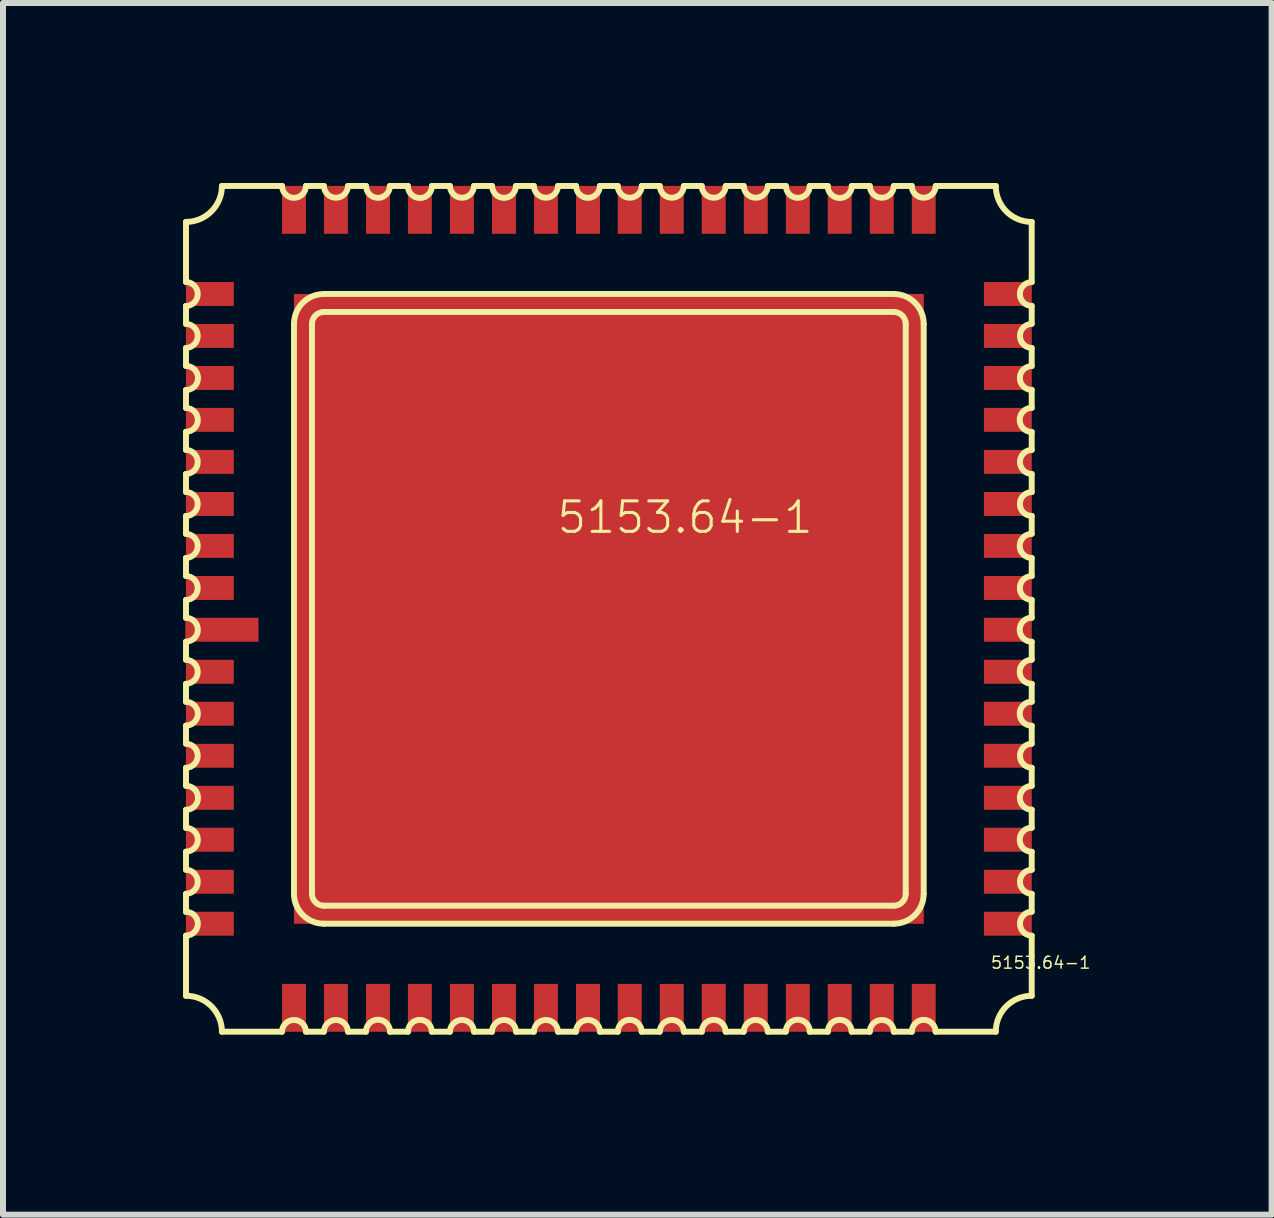
<source format=kicad_pcb>
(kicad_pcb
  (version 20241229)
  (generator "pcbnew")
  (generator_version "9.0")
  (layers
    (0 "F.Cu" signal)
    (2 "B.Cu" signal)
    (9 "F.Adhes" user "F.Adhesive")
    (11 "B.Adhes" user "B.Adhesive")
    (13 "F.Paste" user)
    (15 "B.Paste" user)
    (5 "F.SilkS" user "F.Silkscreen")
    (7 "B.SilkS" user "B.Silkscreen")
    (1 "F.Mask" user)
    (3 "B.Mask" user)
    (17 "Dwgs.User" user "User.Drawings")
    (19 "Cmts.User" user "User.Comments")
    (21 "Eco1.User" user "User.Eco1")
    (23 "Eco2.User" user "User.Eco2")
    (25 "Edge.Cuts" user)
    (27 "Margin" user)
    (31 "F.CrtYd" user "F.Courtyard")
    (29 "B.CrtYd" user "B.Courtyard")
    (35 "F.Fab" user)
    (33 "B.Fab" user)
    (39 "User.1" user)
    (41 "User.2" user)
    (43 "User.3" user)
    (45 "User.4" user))
  (footprint "5153.64-1"
    (layer "F.Cu")
    (at 7.098 7.098)
    (property "Reference" "5153.64-1" (at 1.27 -1.524 0) (layer "F.SilkS") (effects (font (size 0.508 0.508) (thickness 0.051))))
    (attr smd)
    (fp_line (start -7.048 -5.448) (end -7.048 -6.449) (stroke (width 0.099) (type solid)) (layer "F.SilkS"))
    (fp_line (start -7.048 -4.75) (end -7.048 -5.05) (stroke (width 0.099) (type solid)) (layer "F.SilkS"))
    (fp_line (start -7.048 -4.049) (end -7.048 -4.348) (stroke (width 0.099) (type solid)) (layer "F.SilkS"))
    (fp_line (start -7.048 -3.348) (end -7.048 -3.65) (stroke (width 0.099) (type solid)) (layer "F.SilkS"))
    (fp_line (start -7.048 -2.649) (end -7.048 -2.949) (stroke (width 0.099) (type solid)) (layer "F.SilkS"))
    (fp_line (start -7.048 -1.948) (end -7.048 -2.248) (stroke (width 0.099) (type solid)) (layer "F.SilkS"))
    (fp_line (start -7.048 -1.25) (end -7.048 -1.549) (stroke (width 0.099) (type solid)) (layer "F.SilkS"))
    (fp_line (start -7.048 -0.549) (end -7.048 -0.848) (stroke (width 0.099) (type solid)) (layer "F.SilkS"))
    (fp_line (start -7.048 0.15) (end -7.048 -0.15) (stroke (width 0.099) (type solid)) (layer "F.SilkS"))
    (fp_line (start -7.048 0.848) (end -7.048 0.549) (stroke (width 0.099) (type solid)) (layer "F.SilkS"))
    (fp_line (start -7.048 1.549) (end -7.048 1.25) (stroke (width 0.099) (type solid)) (layer "F.SilkS"))
    (fp_line (start -7.048 2.248) (end -7.048 1.948) (stroke (width 0.099) (type solid)) (layer "F.SilkS"))
    (fp_line (start -7.048 2.949) (end -7.048 2.649) (stroke (width 0.099) (type solid)) (layer "F.SilkS"))
    (fp_line (start -7.048 3.65) (end -7.048 3.348) (stroke (width 0.099) (type solid)) (layer "F.SilkS"))
    (fp_line (start -7.048 4.348) (end -7.048 4.049) (stroke (width 0.099) (type solid)) (layer "F.SilkS"))
    (fp_line (start -7.048 5.05) (end -7.048 4.75) (stroke (width 0.099) (type solid)) (layer "F.SilkS"))
    (fp_line (start -7.048 6.449) (end -7.048 5.448) (stroke (width 0.099) (type solid)) (layer "F.SilkS"))
    (fp_line (start -6.449 -7.048) (end -5.448 -7.048) (stroke (width 0.099) (type solid)) (layer "F.SilkS"))
    (fp_line (start -5.448 7.048) (end -6.449 7.048) (stroke (width 0.099) (type solid)) (layer "F.SilkS"))
    (fp_line (start -5.248 -4.75) (end -5.248 4.75) (stroke (width 0.099) (type solid)) (layer "F.SilkS"))
    (fp_line (start -5.05 -7.048) (end -4.75 -7.048) (stroke (width 0.099) (type solid)) (layer "F.SilkS"))
    (fp_line (start -4.948 -4.75) (end -4.948 4.75) (stroke (width 0.099) (type solid)) (layer "F.SilkS"))
    (fp_line (start -4.75 -4.948) (end 4.75 -4.948) (stroke (width 0.099) (type solid)) (layer "F.SilkS"))
    (fp_line (start -4.75 5.248) (end 4.75 5.248) (stroke (width 0.099) (type solid)) (layer "F.SilkS"))
    (fp_line (start -4.75 7.048) (end -5.05 7.048) (stroke (width 0.099) (type solid)) (layer "F.SilkS"))
    (fp_line (start -4.348 -7.048) (end -4.049 -7.048) (stroke (width 0.099) (type solid)) (layer "F.SilkS"))
    (fp_line (start -4.049 7.048) (end -4.348 7.048) (stroke (width 0.099) (type solid)) (layer "F.SilkS"))
    (fp_line (start -3.65 -7.048) (end -3.348 -7.048) (stroke (width 0.099) (type solid)) (layer "F.SilkS"))
    (fp_line (start -3.348 7.048) (end -3.65 7.048) (stroke (width 0.099) (type solid)) (layer "F.SilkS"))
    (fp_line (start -2.949 -7.048) (end -2.649 -7.048) (stroke (width 0.099) (type solid)) (layer "F.SilkS"))
    (fp_line (start -2.649 7.048) (end -2.949 7.048) (stroke (width 0.099) (type solid)) (layer "F.SilkS"))
    (fp_line (start -2.248 -7.048) (end -1.948 -7.048) (stroke (width 0.099) (type solid)) (layer "F.SilkS"))
    (fp_line (start -1.948 7.048) (end -2.248 7.048) (stroke (width 0.099) (type solid)) (layer "F.SilkS"))
    (fp_line (start -1.549 -7.048) (end -1.25 -7.048) (stroke (width 0.099) (type solid)) (layer "F.SilkS"))
    (fp_line (start -1.25 7.048) (end -1.549 7.048) (stroke (width 0.099) (type solid)) (layer "F.SilkS"))
    (fp_line (start -0.848 -7.048) (end -0.549 -7.048) (stroke (width 0.099) (type solid)) (layer "F.SilkS"))
    (fp_line (start -0.549 7.048) (end -0.848 7.048) (stroke (width 0.099) (type solid)) (layer "F.SilkS"))
    (fp_line (start -0.15 -7.048) (end 0.15 -7.048) (stroke (width 0.099) (type solid)) (layer "F.SilkS"))
    (fp_line (start 0.15 7.048) (end -0.15 7.048) (stroke (width 0.099) (type solid)) (layer "F.SilkS"))
    (fp_line (start 0.549 -7.048) (end 0.848 -7.048) (stroke (width 0.099) (type solid)) (layer "F.SilkS"))
    (fp_line (start 0.848 7.048) (end 0.549 7.048) (stroke (width 0.099) (type solid)) (layer "F.SilkS"))
    (fp_line (start 1.25 -7.048) (end 1.549 -7.048) (stroke (width 0.099) (type solid)) (layer "F.SilkS"))
    (fp_line (start 1.549 7.048) (end 1.25 7.048) (stroke (width 0.099) (type solid)) (layer "F.SilkS"))
    (fp_line (start 1.948 -7.048) (end 2.248 -7.048) (stroke (width 0.099) (type solid)) (layer "F.SilkS"))
    (fp_line (start 2.248 7.048) (end 1.948 7.048) (stroke (width 0.099) (type solid)) (layer "F.SilkS"))
    (fp_line (start 2.649 -7.048) (end 2.949 -7.048) (stroke (width 0.099) (type solid)) (layer "F.SilkS"))
    (fp_line (start 2.949 7.048) (end 2.649 7.048) (stroke (width 0.099) (type solid)) (layer "F.SilkS"))
    (fp_line (start 3.348 -7.048) (end 3.65 -7.048) (stroke (width 0.099) (type solid)) (layer "F.SilkS"))
    (fp_line (start 3.65 7.048) (end 3.348 7.048) (stroke (width 0.099) (type solid)) (layer "F.SilkS"))
    (fp_line (start 4.049 -7.048) (end 4.348 -7.048) (stroke (width 0.099) (type solid)) (layer "F.SilkS"))
    (fp_line (start 4.348 7.048) (end 4.049 7.048) (stroke (width 0.099) (type solid)) (layer "F.SilkS"))
    (fp_line (start 4.75 -7.048) (end 5.05 -7.048) (stroke (width 0.099) (type solid)) (layer "F.SilkS"))
    (fp_line (start 4.75 -5.248) (end -4.75 -5.248) (stroke (width 0.099) (type solid)) (layer "F.SilkS"))
    (fp_line (start 4.75 4.948) (end -4.75 4.948) (stroke (width 0.099) (type solid)) (layer "F.SilkS"))
    (fp_line (start 4.948 4.75) (end 4.948 -4.75) (stroke (width 0.099) (type solid)) (layer "F.SilkS"))
    (fp_line (start 5.05 7.048) (end 4.75 7.048) (stroke (width 0.099) (type solid)) (layer "F.SilkS"))
    (fp_line (start 5.248 4.75) (end 5.248 -4.75) (stroke (width 0.099) (type solid)) (layer "F.SilkS"))
    (fp_line (start 5.448 -7.048) (end 6.449 -7.048) (stroke (width 0.099) (type solid)) (layer "F.SilkS"))
    (fp_line (start 6.449 7.048) (end 5.448 7.048) (stroke (width 0.099) (type solid)) (layer "F.SilkS"))
    (fp_line (start 7.048 -6.449) (end 7.048 -5.448) (stroke (width 0.099) (type solid)) (layer "F.SilkS"))
    (fp_line (start 7.048 -5.05) (end 7.048 -4.75) (stroke (width 0.099) (type solid)) (layer "F.SilkS"))
    (fp_line (start 7.048 -4.348) (end 7.048 -4.049) (stroke (width 0.099) (type solid)) (layer "F.SilkS"))
    (fp_line (start 7.048 -3.65) (end 7.048 -3.348) (stroke (width 0.099) (type solid)) (layer "F.SilkS"))
    (fp_line (start 7.048 -2.949) (end 7.048 -2.649) (stroke (width 0.099) (type solid)) (layer "F.SilkS"))
    (fp_line (start 7.048 -2.248) (end 7.048 -1.948) (stroke (width 0.099) (type solid)) (layer "F.SilkS"))
    (fp_line (start 7.048 -1.549) (end 7.048 -1.25) (stroke (width 0.099) (type solid)) (layer "F.SilkS"))
    (fp_line (start 7.048 -0.848) (end 7.048 -0.549) (stroke (width 0.099) (type solid)) (layer "F.SilkS"))
    (fp_line (start 7.048 -0.15) (end 7.048 0.15) (stroke (width 0.099) (type solid)) (layer "F.SilkS"))
    (fp_line (start 7.048 0.549) (end 7.048 0.848) (stroke (width 0.099) (type solid)) (layer "F.SilkS"))
    (fp_line (start 7.048 1.25) (end 7.048 1.549) (stroke (width 0.099) (type solid)) (layer "F.SilkS"))
    (fp_line (start 7.048 1.948) (end 7.048 2.248) (stroke (width 0.099) (type solid)) (layer "F.SilkS"))
    (fp_line (start 7.048 2.649) (end 7.048 2.949) (stroke (width 0.099) (type solid)) (layer "F.SilkS"))
    (fp_line (start 7.048 3.348) (end 7.048 3.65) (stroke (width 0.099) (type solid)) (layer "F.SilkS"))
    (fp_line (start 7.048 4.049) (end 7.048 4.348) (stroke (width 0.099) (type solid)) (layer "F.SilkS"))
    (fp_line (start 7.048 4.75) (end 7.048 5.05) (stroke (width 0.099) (type solid)) (layer "F.SilkS"))
    (fp_line (start 7.048 5.448) (end 7.048 6.449) (stroke (width 0.099) (type solid)) (layer "F.SilkS"))
    (fp_arc (start -7.0485 -5.4483) (mid -6.84784 -5.24764) (end -7.0485 -5.04698) (stroke (width 0.09906) (type solid)) (layer "F.SilkS"))
    (fp_arc (start -7.0485 -4.7498) (mid -6.84784 -4.54914) (end -7.0485 -4.34848) (stroke (width 0.09906) (type solid)) (layer "F.SilkS"))
    (fp_arc (start -7.0485 -4.04876) (mid -6.84784 -3.8481) (end -7.0485 -3.64744) (stroke (width 0.09906) (type solid)) (layer "F.SilkS"))
    (fp_arc (start -7.0485 -3.34772) (mid -6.85038 -3.1496) (end -7.0485 -2.95148) (stroke (width 0.09906) (type solid)) (layer "F.SilkS"))
    (fp_arc (start -7.0485 -2.64922) (mid -6.84784 -2.44856) (end -7.0485 -2.2479) (stroke (width 0.09906) (type solid)) (layer "F.SilkS"))
    (fp_arc (start -7.0485 -1.94818) (mid -6.84784 -1.74752) (end -7.0485 -1.54686) (stroke (width 0.09906) (type solid)) (layer "F.SilkS"))
    (fp_arc (start -7.0485 -1.24968) (mid -6.84784 -1.04902) (end -7.0485 -0.84836) (stroke (width 0.09906) (type solid)) (layer "F.SilkS"))
    (fp_arc (start -7.0485 -0.54864) (mid -6.84784 -0.34798) (end -7.0485 -0.14732) (stroke (width 0.09906) (type solid)) (layer "F.SilkS"))
    (fp_arc (start -7.0485 0.14986) (mid -6.85038 0.34798) (end -7.0485 0.5461) (stroke (width 0.09906) (type solid)) (layer "F.SilkS"))
    (fp_arc (start -7.0485 0.84836) (mid -6.84784 1.04902) (end -7.0485 1.24968) (stroke (width 0.09906) (type solid)) (layer "F.SilkS"))
    (fp_arc (start -7.0485 1.5494) (mid -6.85038 1.74752) (end -7.0485 1.94564) (stroke (width 0.09906) (type solid)) (layer "F.SilkS"))
    (fp_arc (start -7.0485 2.2479) (mid -6.84784 2.44856) (end -7.0485 2.64922) (stroke (width 0.09906) (type solid)) (layer "F.SilkS"))
    (fp_arc (start -7.0485 2.94894) (mid -6.84784 3.1496) (end -7.0485 3.35026) (stroke (width 0.09906) (type solid)) (layer "F.SilkS"))
    (fp_arc (start -7.0485 3.64998) (mid -6.85038 3.8481) (end -7.0485 4.04622) (stroke (width 0.09906) (type solid)) (layer "F.SilkS"))
    (fp_arc (start -7.0485 4.34848) (mid -6.84784 4.54914) (end -7.0485 4.7498) (stroke (width 0.09906) (type solid)) (layer "F.SilkS"))
    (fp_arc (start -7.0485 5.04952) (mid -6.85038 5.24764) (end -7.0485 5.44576) (stroke (width 0.09906) (type solid)) (layer "F.SilkS"))
    (fp_arc (start -7.0485 6.44906) (mid -6.624632 6.624632) (end -6.44906 7.0485) (stroke (width 0.09906) (type solid)) (layer "F.SilkS"))
    (fp_arc (start -6.44906 -7.0485) (mid -6.624632 -6.624632) (end -7.0485 -6.44906) (stroke (width 0.09906) (type solid)) (layer "F.SilkS"))
    (fp_arc (start -5.4483 7.0485) (mid -5.24764 6.84784) (end -5.04698 7.0485) (stroke (width 0.09906) (type solid)) (layer "F.SilkS"))
    (fp_arc (start -5.24764 -4.7498) (mid -5.101826 -5.101826) (end -4.7498 -5.24764) (stroke (width 0.09906) (type solid)) (layer "F.SilkS"))
    (fp_arc (start -5.04952 -7.0485) (mid -5.24764 -6.85038) (end -5.44576 -7.0485) (stroke (width 0.09906) (type solid)) (layer "F.SilkS"))
    (fp_arc (start -4.94792 -4.7498) (mid -4.889892 -4.889892) (end -4.7498 -4.94792) (stroke (width 0.09906) (type solid)) (layer "F.SilkS"))
    (fp_arc (start -4.7498 4.94792) (mid -4.889892 4.889892) (end -4.94792 4.7498) (stroke (width 0.09906) (type solid)) (layer "F.SilkS"))
    (fp_arc (start -4.7498 5.24764) (mid -5.101826 5.101826) (end -5.24764 4.7498) (stroke (width 0.09906) (type solid)) (layer "F.SilkS"))
    (fp_arc (start -4.7498 7.0485) (mid -4.54914 6.84784) (end -4.34848 7.0485) (stroke (width 0.09906) (type solid)) (layer "F.SilkS"))
    (fp_arc (start -4.34848 -7.0485) (mid -4.54914 -6.84784) (end -4.7498 -7.0485) (stroke (width 0.09906) (type solid)) (layer "F.SilkS"))
    (fp_arc (start -4.04876 7.0485) (mid -3.8481 6.84784) (end -3.64744 7.0485) (stroke (width 0.09906) (type solid)) (layer "F.SilkS"))
    (fp_arc (start -3.64998 -7.0485) (mid -3.8481 -6.85038) (end -4.04622 -7.0485) (stroke (width 0.09906) (type solid)) (layer "F.SilkS"))
    (fp_arc (start -3.34772 7.0485) (mid -3.1496 6.85038) (end -2.95148 7.0485) (stroke (width 0.09906) (type solid)) (layer "F.SilkS"))
    (fp_arc (start -2.94894 -7.0485) (mid -3.1496 -6.84784) (end -3.35026 -7.0485) (stroke (width 0.09906) (type solid)) (layer "F.SilkS"))
    (fp_arc (start -2.64922 7.0485) (mid -2.44856 6.84784) (end -2.2479 7.0485) (stroke (width 0.09906) (type solid)) (layer "F.SilkS"))
    (fp_arc (start -2.2479 -7.0485) (mid -2.44856 -6.84784) (end -2.64922 -7.0485) (stroke (width 0.09906) (type solid)) (layer "F.SilkS"))
    (fp_arc (start -1.94818 7.0485) (mid -1.74752 6.84784) (end -1.54686 7.0485) (stroke (width 0.09906) (type solid)) (layer "F.SilkS"))
    (fp_arc (start -1.5494 -7.0485) (mid -1.74752 -6.85038) (end -1.94564 -7.0485) (stroke (width 0.09906) (type solid)) (layer "F.SilkS"))
    (fp_arc (start -1.24968 7.0485) (mid -1.04902 6.84784) (end -0.84836 7.0485) (stroke (width 0.09906) (type solid)) (layer "F.SilkS"))
    (fp_arc (start -0.84836 -7.0485) (mid -1.04902 -6.84784) (end -1.24968 -7.0485) (stroke (width 0.09906) (type solid)) (layer "F.SilkS"))
    (fp_arc (start -0.54864 7.0485) (mid -0.34798 6.84784) (end -0.14732 7.0485) (stroke (width 0.09906) (type solid)) (layer "F.SilkS"))
    (fp_arc (start -0.14986 -7.0485) (mid -0.34798 -6.85038) (end -0.5461 -7.0485) (stroke (width 0.09906) (type solid)) (layer "F.SilkS"))
    (fp_arc (start 0.14986 7.0485) (mid 0.34798 6.85038) (end 0.5461 7.0485) (stroke (width 0.09906) (type solid)) (layer "F.SilkS"))
    (fp_arc (start 0.54864 -7.0485) (mid 0.34798 -6.84784) (end 0.14732 -7.0485) (stroke (width 0.09906) (type solid)) (layer "F.SilkS"))
    (fp_arc (start 0.84836 7.0485) (mid 1.04902 6.84784) (end 1.24968 7.0485) (stroke (width 0.09906) (type solid)) (layer "F.SilkS"))
    (fp_arc (start 1.24968 -7.0485) (mid 1.04902 -6.84784) (end 0.84836 -7.0485) (stroke (width 0.09906) (type solid)) (layer "F.SilkS"))
    (fp_arc (start 1.5494 7.0485) (mid 1.74752 6.85038) (end 1.94564 7.0485) (stroke (width 0.09906) (type solid)) (layer "F.SilkS"))
    (fp_arc (start 1.94818 -7.0485) (mid 1.74752 -6.84784) (end 1.54686 -7.0485) (stroke (width 0.09906) (type solid)) (layer "F.SilkS"))
    (fp_arc (start 2.2479 7.0485) (mid 2.44856 6.84784) (end 2.64922 7.0485) (stroke (width 0.09906) (type solid)) (layer "F.SilkS"))
    (fp_arc (start 2.64922 -7.0485) (mid 2.44856 -6.84784) (end 2.2479 -7.0485) (stroke (width 0.09906) (type solid)) (layer "F.SilkS"))
    (fp_arc (start 2.94894 7.0485) (mid 3.1496 6.84784) (end 3.35026 7.0485) (stroke (width 0.09906) (type solid)) (layer "F.SilkS"))
    (fp_arc (start 3.34772 -7.0485) (mid 3.1496 -6.85038) (end 2.95148 -7.0485) (stroke (width 0.09906) (type solid)) (layer "F.SilkS"))
    (fp_arc (start 3.64998 7.0485) (mid 3.8481 6.85038) (end 4.04622 7.0485) (stroke (width 0.09906) (type solid)) (layer "F.SilkS"))
    (fp_arc (start 4.04876 -7.0485) (mid 3.8481 -6.84784) (end 3.64744 -7.0485) (stroke (width 0.09906) (type solid)) (layer "F.SilkS"))
    (fp_arc (start 4.34848 7.0485) (mid 4.54914 6.84784) (end 4.7498 7.0485) (stroke (width 0.09906) (type solid)) (layer "F.SilkS"))
    (fp_arc (start 4.7498 -7.0485) (mid 4.54914 -6.84784) (end 4.34848 -7.0485) (stroke (width 0.09906) (type solid)) (layer "F.SilkS"))
    (fp_arc (start 4.7498 -5.24764) (mid 5.101826 -5.101826) (end 5.24764 -4.7498) (stroke (width 0.09906) (type solid)) (layer "F.SilkS"))
    (fp_arc (start 4.7498 -4.94792) (mid 4.889892 -4.889892) (end 4.94792 -4.7498) (stroke (width 0.09906) (type solid)) (layer "F.SilkS"))
    (fp_arc (start 4.94792 4.7498) (mid 4.889892 4.889892) (end 4.7498 4.94792) (stroke (width 0.09906) (type solid)) (layer "F.SilkS"))
    (fp_arc (start 5.04952 7.0485) (mid 5.24764 6.85038) (end 5.44576 7.0485) (stroke (width 0.09906) (type solid)) (layer "F.SilkS"))
    (fp_arc (start 5.24764 4.7498) (mid 5.101826 5.101826) (end 4.7498 5.24764) (stroke (width 0.09906) (type solid)) (layer "F.SilkS"))
    (fp_arc (start 5.4483 -7.0485) (mid 5.24764 -6.84784) (end 5.04698 -7.0485) (stroke (width 0.09906) (type solid)) (layer "F.SilkS"))
    (fp_arc (start 6.44906 7.0485) (mid 6.624632 6.624632) (end 7.0485 6.44906) (stroke (width 0.09906) (type solid)) (layer "F.SilkS"))
    (fp_arc (start 7.0485 -6.44906) (mid 6.624632 -6.624632) (end 6.44906 -7.0485) (stroke (width 0.09906) (type solid)) (layer "F.SilkS"))
    (fp_arc (start 7.0485 -5.04952) (mid 6.85038 -5.24764) (end 7.0485 -5.44576) (stroke (width 0.09906) (type solid)) (layer "F.SilkS"))
    (fp_arc (start 7.0485 -4.34848) (mid 6.84784 -4.54914) (end 7.0485 -4.7498) (stroke (width 0.09906) (type solid)) (layer "F.SilkS"))
    (fp_arc (start 7.0485 -3.64998) (mid 6.85038 -3.8481) (end 7.0485 -4.04622) (stroke (width 0.09906) (type solid)) (layer "F.SilkS"))
    (fp_arc (start 7.0485 -2.94894) (mid 6.84784 -3.1496) (end 7.0485 -3.35026) (stroke (width 0.09906) (type solid)) (layer "F.SilkS"))
    (fp_arc (start 7.0485 -2.2479) (mid 6.84784 -2.44856) (end 7.0485 -2.64922) (stroke (width 0.09906) (type solid)) (layer "F.SilkS"))
    (fp_arc (start 7.0485 -1.5494) (mid 6.85038 -1.74752) (end 7.0485 -1.94564) (stroke (width 0.09906) (type solid)) (layer "F.SilkS"))
    (fp_arc (start 7.0485 -0.84836) (mid 6.84784 -1.04902) (end 7.0485 -1.24968) (stroke (width 0.09906) (type solid)) (layer "F.SilkS"))
    (fp_arc (start 7.0485 -0.14986) (mid 6.85038 -0.34798) (end 7.0485 -0.5461) (stroke (width 0.09906) (type solid)) (layer "F.SilkS"))
    (fp_arc (start 7.0485 0.54864) (mid 6.84784 0.34798) (end 7.0485 0.14732) (stroke (width 0.09906) (type solid)) (layer "F.SilkS"))
    (fp_arc (start 7.0485 1.24968) (mid 6.84784 1.04902) (end 7.0485 0.84836) (stroke (width 0.09906) (type solid)) (layer "F.SilkS"))
    (fp_arc (start 7.0485 1.94818) (mid 6.84784 1.74752) (end 7.0485 1.54686) (stroke (width 0.09906) (type solid)) (layer "F.SilkS"))
    (fp_arc (start 7.0485 2.64922) (mid 6.84784 2.44856) (end 7.0485 2.2479) (stroke (width 0.09906) (type solid)) (layer "F.SilkS"))
    (fp_arc (start 7.0485 3.34772) (mid 6.85038 3.1496) (end 7.0485 2.95148) (stroke (width 0.09906) (type solid)) (layer "F.SilkS"))
    (fp_arc (start 7.0485 4.04876) (mid 6.84784 3.8481) (end 7.0485 3.64744) (stroke (width 0.09906) (type solid)) (layer "F.SilkS"))
    (fp_arc (start 7.0485 4.7498) (mid 6.84784 4.54914) (end 7.0485 4.34848) (stroke (width 0.09906) (type solid)) (layer "F.SilkS"))
    (fp_arc (start 7.0485 5.4483) (mid 6.84784 5.24764) (end 7.0485 5.04698) (stroke (width 0.09906) (type solid)) (layer "F.SilkS"))
    (fp_text user "5153.64-1" (at 7.198 5.898 0) (layer "F.SilkS") (effects (font (size 0.198 0.198) (thickness 0.025))))
    (pad "1" smd rect (at -6.449 0.348) (size 1.219 0.399) (layers "F.Cu" "F.Mask" "F.Paste"))
    (pad "2" smd rect (at -6.65 1.049) (size 0.798 0.399) (layers "F.Cu" "F.Mask" "F.Paste"))
    (pad "3" smd rect (at -6.65 1.748) (size 0.798 0.399) (layers "F.Cu" "F.Mask" "F.Paste"))
    (pad "4" smd rect (at -6.65 2.449) (size 0.798 0.399) (layers "F.Cu" "F.Mask" "F.Paste"))
    (pad "5" smd rect (at -6.65 3.15) (size 0.798 0.399) (layers "F.Cu" "F.Mask" "F.Paste"))
    (pad "6" smd rect (at -6.65 3.848) (size 0.798 0.399) (layers "F.Cu" "F.Mask" "F.Paste"))
    (pad "7" smd rect (at -6.65 4.549) (size 0.798 0.399) (layers "F.Cu" "F.Mask" "F.Paste"))
    (pad "8" smd rect (at -6.65 5.248) (size 0.798 0.399) (layers "F.Cu" "F.Mask" "F.Paste"))
    (pad "9" smd rect (at -5.248 6.65 90) (size 0.798 0.399) (layers "F.Cu" "F.Mask" "F.Paste"))
    (pad "10" smd rect (at -4.549 6.65 90) (size 0.798 0.399) (layers "F.Cu" "F.Mask" "F.Paste"))
    (pad "11" smd rect (at -3.848 6.65 90) (size 0.798 0.399) (layers "F.Cu" "F.Mask" "F.Paste"))
    (pad "12" smd rect (at -3.15 6.65 90) (size 0.798 0.399) (layers "F.Cu" "F.Mask" "F.Paste"))
    (pad "13" smd rect (at -2.449 6.65 90) (size 0.798 0.399) (layers "F.Cu" "F.Mask" "F.Paste"))
    (pad "14" smd rect (at -1.748 6.65 90) (size 0.798 0.399) (layers "F.Cu" "F.Mask" "F.Paste"))
    (pad "15" smd rect (at -1.049 6.65 90) (size 0.798 0.399) (layers "F.Cu" "F.Mask" "F.Paste"))
    (pad "16" smd rect (at -0.348 6.65 90) (size 0.798 0.399) (layers "F.Cu" "F.Mask" "F.Paste"))
    (pad "17" smd rect (at 0.348 6.65 90) (size 0.798 0.399) (layers "F.Cu" "F.Mask" "F.Paste"))
    (pad "18" smd rect (at 1.049 6.65 90) (size 0.798 0.399) (layers "F.Cu" "F.Mask" "F.Paste"))
    (pad "19" smd rect (at 1.748 6.65 90) (size 0.798 0.399) (layers "F.Cu" "F.Mask" "F.Paste"))
    (pad "20" smd rect (at 2.449 6.65 90) (size 0.798 0.399) (layers "F.Cu" "F.Mask" "F.Paste"))
    (pad "21" smd rect (at 3.15 6.65 90) (size 0.798 0.399) (layers "F.Cu" "F.Mask" "F.Paste"))
    (pad "22" smd rect (at 3.848 6.65 90) (size 0.798 0.399) (layers "F.Cu" "F.Mask" "F.Paste"))
    (pad "23" smd rect (at 4.549 6.65 90) (size 0.798 0.399) (layers "F.Cu" "F.Mask" "F.Paste"))
    (pad "24" smd rect (at 5.248 6.65 90) (size 0.798 0.399) (layers "F.Cu" "F.Mask" "F.Paste"))
    (pad "25" smd rect (at 6.65 5.248 180) (size 0.798 0.399) (layers "F.Cu" "F.Mask" "F.Paste"))
    (pad "26" smd rect (at 6.65 4.549 180) (size 0.798 0.399) (layers "F.Cu" "F.Mask" "F.Paste"))
    (pad "27" smd rect (at 6.65 3.848 180) (size 0.798 0.399) (layers "F.Cu" "F.Mask" "F.Paste"))
    (pad "28" smd rect (at 6.65 3.15 180) (size 0.798 0.399) (layers "F.Cu" "F.Mask" "F.Paste"))
    (pad "29" smd rect (at 6.65 2.449 180) (size 0.798 0.399) (layers "F.Cu" "F.Mask" "F.Paste"))
    (pad "30" smd rect (at 6.65 1.748 180) (size 0.798 0.399) (layers "F.Cu" "F.Mask" "F.Paste"))
    (pad "31" smd rect (at 6.65 1.049 180) (size 0.798 0.399) (layers "F.Cu" "F.Mask" "F.Paste"))
    (pad "32" smd rect (at 6.65 0.348 180) (size 0.798 0.399) (layers "F.Cu" "F.Mask" "F.Paste"))
    (pad "33" smd rect (at 6.65 -0.348 180) (size 0.798 0.399) (layers "F.Cu" "F.Mask" "F.Paste"))
    (pad "34" smd rect (at 6.65 -1.049 180) (size 0.798 0.399) (layers "F.Cu" "F.Mask" "F.Paste"))
    (pad "35" smd rect (at 6.65 -1.748 180) (size 0.798 0.399) (layers "F.Cu" "F.Mask" "F.Paste"))
    (pad "36" smd rect (at 6.65 -2.449 180) (size 0.798 0.399) (layers "F.Cu" "F.Mask" "F.Paste"))
    (pad "37" smd rect (at 6.65 -3.15 180) (size 0.798 0.399) (layers "F.Cu" "F.Mask" "F.Paste"))
    (pad "38" smd rect (at 6.65 -3.848 180) (size 0.798 0.399) (layers "F.Cu" "F.Mask" "F.Paste"))
    (pad "39" smd rect (at 6.65 -4.549 180) (size 0.798 0.399) (layers "F.Cu" "F.Mask" "F.Paste"))
    (pad "40" smd rect (at 6.65 -5.248 180) (size 0.798 0.399) (layers "F.Cu" "F.Mask" "F.Paste"))
    (pad "41" smd rect (at 5.248 -6.65 270) (size 0.798 0.399) (layers "F.Cu" "F.Mask" "F.Paste"))
    (pad "42" smd rect (at 4.549 -6.65 270) (size 0.798 0.399) (layers "F.Cu" "F.Mask" "F.Paste"))
    (pad "43" smd rect (at 3.848 -6.65 270) (size 0.798 0.399) (layers "F.Cu" "F.Mask" "F.Paste"))
    (pad "44" smd rect (at 3.15 -6.65 270) (size 0.798 0.399) (layers "F.Cu" "F.Mask" "F.Paste"))
    (pad "45" smd rect (at 2.449 -6.65 270) (size 0.798 0.399) (layers "F.Cu" "F.Mask" "F.Paste"))
    (pad "46" smd rect (at 1.748 -6.65 270) (size 0.798 0.399) (layers "F.Cu" "F.Mask" "F.Paste"))
    (pad "47" smd rect (at 1.049 -6.65 270) (size 0.798 0.399) (layers "F.Cu" "F.Mask" "F.Paste"))
    (pad "48" smd rect (at 0.348 -6.65 270) (size 0.798 0.399) (layers "F.Cu" "F.Mask" "F.Paste"))
    (pad "49" smd rect (at -0.348 -6.65 270) (size 0.798 0.399) (layers "F.Cu" "F.Mask" "F.Paste"))
    (pad "50" smd rect (at -1.049 -6.65 270) (size 0.798 0.399) (layers "F.Cu" "F.Mask" "F.Paste"))
    (pad "51" smd rect (at -1.748 -6.65 270) (size 0.798 0.399) (layers "F.Cu" "F.Mask" "F.Paste"))
    (pad "52" smd rect (at -2.449 -6.65 270) (size 0.798 0.399) (layers "F.Cu" "F.Mask" "F.Paste"))
    (pad "53" smd rect (at -3.15 -6.65 270) (size 0.798 0.399) (layers "F.Cu" "F.Mask" "F.Paste"))
    (pad "54" smd rect (at -3.848 -6.65 270) (size 0.798 0.399) (layers "F.Cu" "F.Mask" "F.Paste"))
    (pad "55" smd rect (at -4.549 -6.65 270) (size 0.798 0.399) (layers "F.Cu" "F.Mask" "F.Paste"))
    (pad "56" smd rect (at -5.248 -6.65 270) (size 0.798 0.399) (layers "F.Cu" "F.Mask" "F.Paste"))
    (pad "57" smd rect (at -6.65 -5.248) (size 0.798 0.399) (layers "F.Cu" "F.Mask" "F.Paste"))
    (pad "58" smd rect (at -6.65 -4.549) (size 0.798 0.399) (layers "F.Cu" "F.Mask" "F.Paste"))
    (pad "59" smd rect (at -6.65 -3.848) (size 0.798 0.399) (layers "F.Cu" "F.Mask" "F.Paste"))
    (pad "60" smd rect (at -6.65 -3.15) (size 0.798 0.399) (layers "F.Cu" "F.Mask" "F.Paste"))
    (pad "61" smd rect (at -6.65 -2.449) (size 0.798 0.399) (layers "F.Cu" "F.Mask" "F.Paste"))
    (pad "62" smd rect (at -6.65 -1.748) (size 0.798 0.399) (layers "F.Cu" "F.Mask" "F.Paste"))
    (pad "63" smd rect (at -6.65 -1.049) (size 0.798 0.399) (layers "F.Cu" "F.Mask" "F.Paste"))
    (pad "64" smd rect (at -6.65 -0.348) (size 0.798 0.399) (layers "F.Cu" "F.Mask" "F.Paste"))
    (pad "EXP" smd rect (at 0 0) (size 10.498 10.498) (layers "F.Cu" "F.Mask" "F.Paste")))
  (gr_rect
    (start -3 -3)
    (end 18.145 17.196)
    (stroke (width 0.1) (type default))
    (fill no)
    (layer "Edge.Cuts")))
</source>
